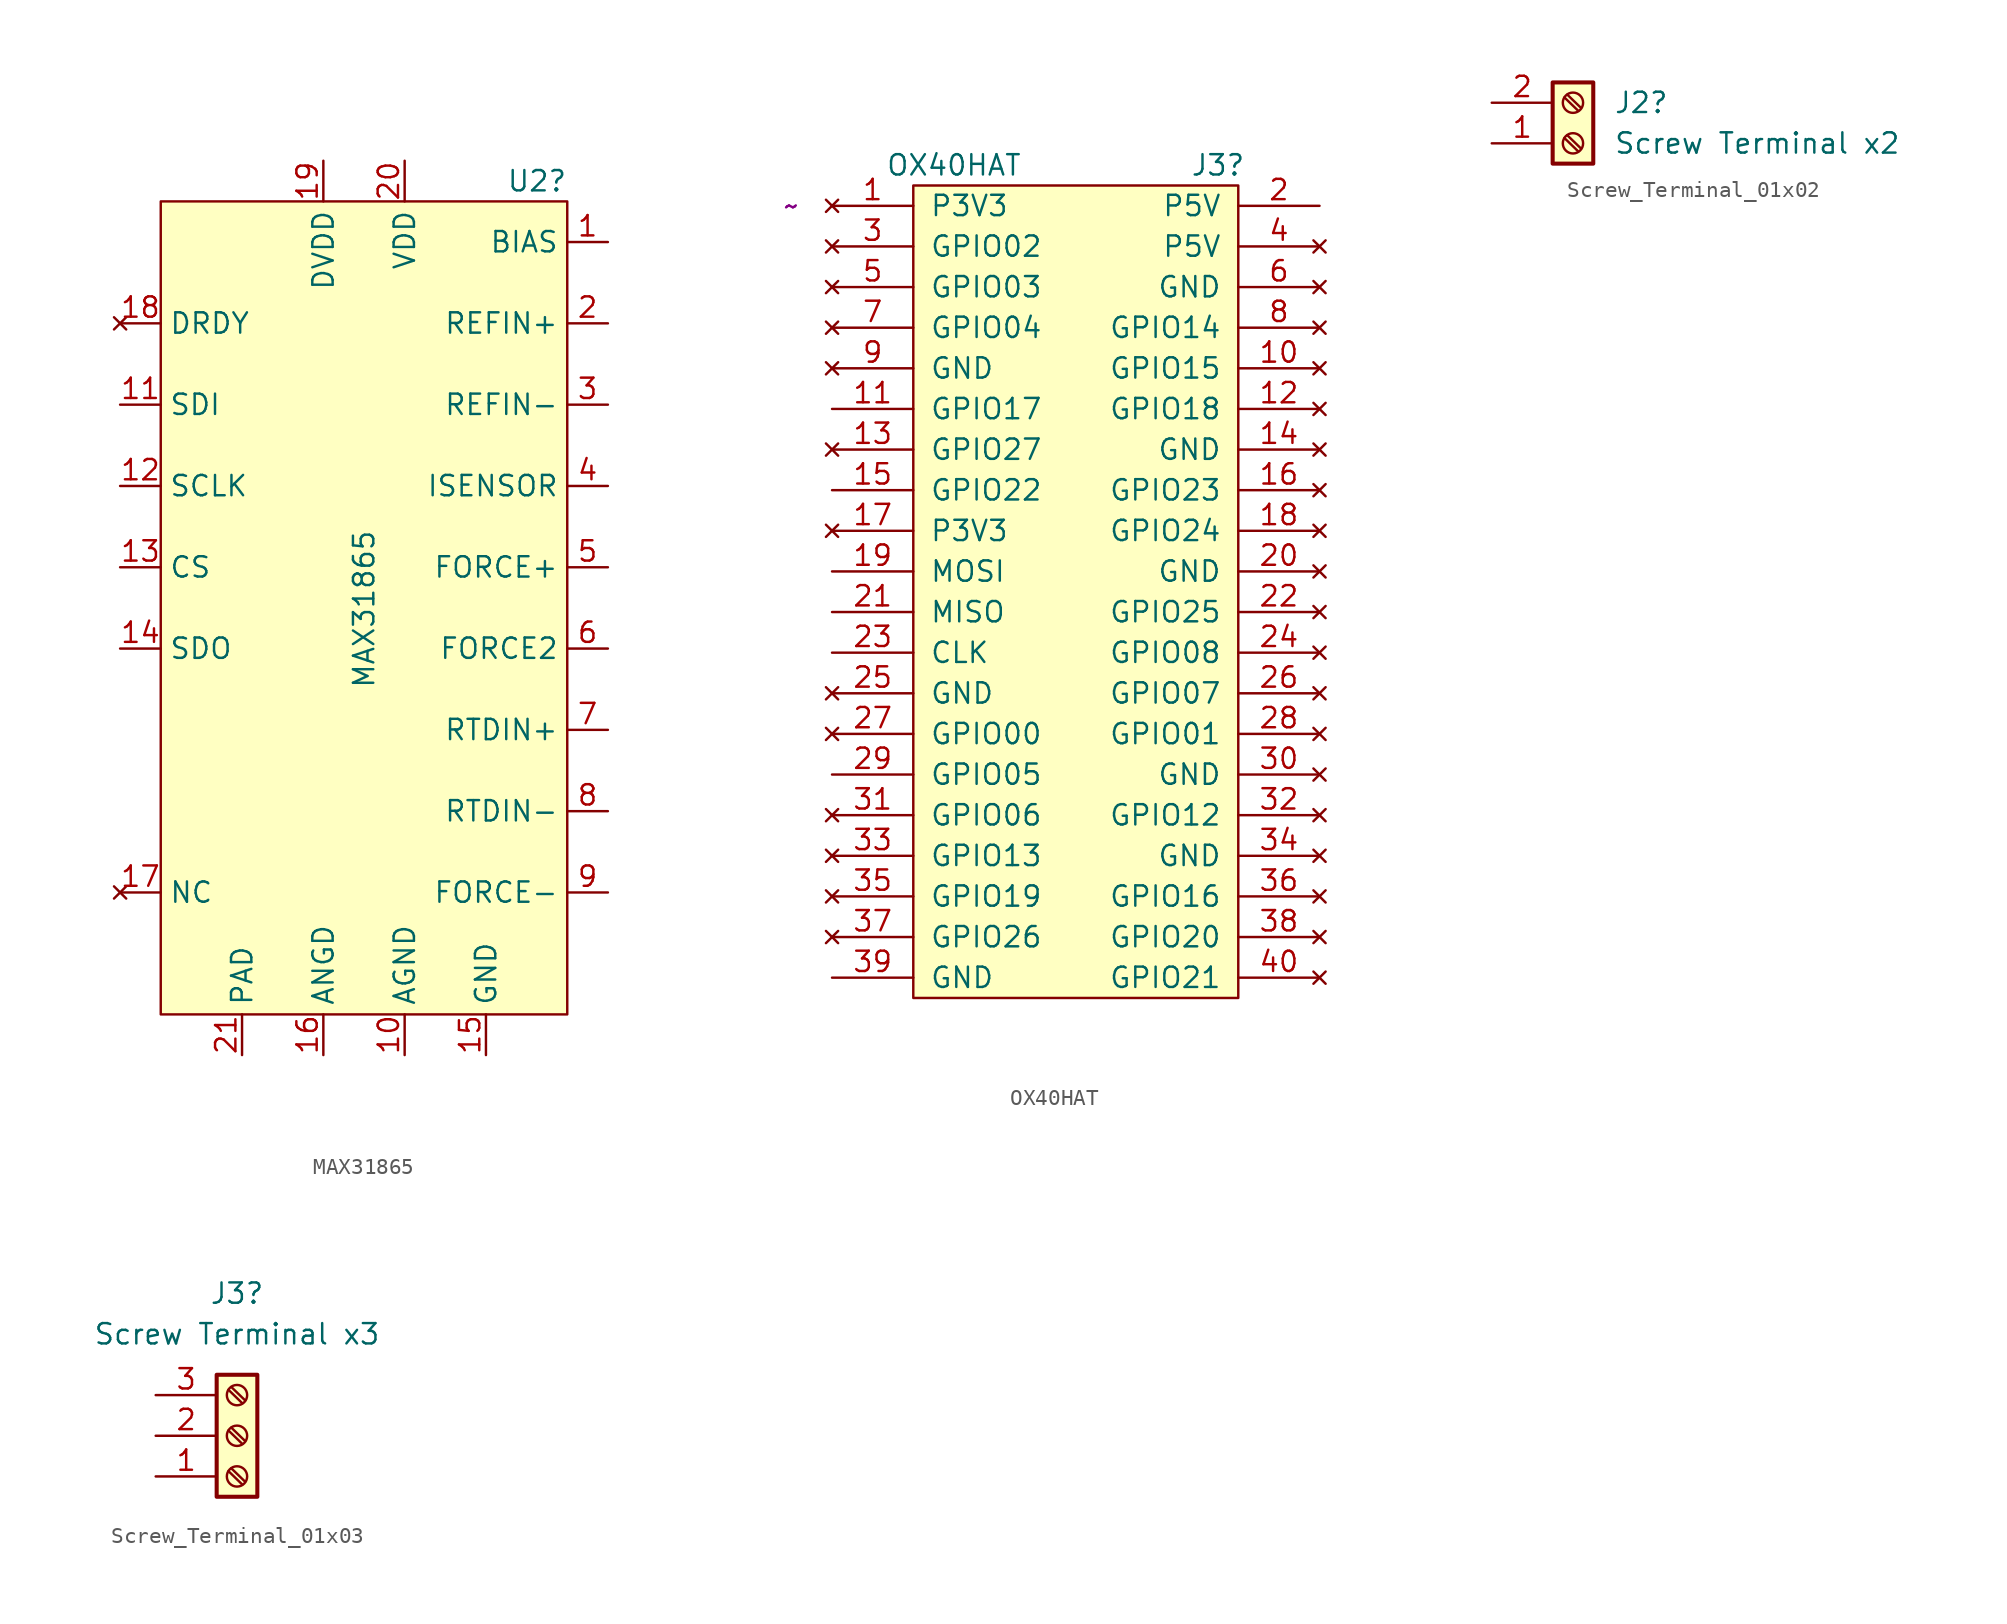
<source format=kicad_sym>
(kicad_symbol_lib
  (version 20211014)
  (generator kicad_symbol_editor)
  (symbol "MAX31865"
    (property "Reference" "U2"
      (at 8.89 26.67 0)
      (effects (font (size 1.27 1.27)) (justify left)))
    (property "Value" "MAX31865"
      (at 0 -5.08 90)
      (effects (font (size 1.27 1.27)) (justify left)))
    (symbol "MAX31865_0_1"
      (rectangle (start -12.7 25.4) (end 12.7 -25.4) (stroke (width 0) (type default) (color 0 0 0 0)) (fill (type background))))
    (symbol "MAX31865_1_1"
      (pin output line (at 15.24 22.86 180) (length 2.54) (name "BIAS" (effects (font (size 1.27 1.27)))) (number "1" (effects (font (size 1.27 1.27)))))
      (pin power_in line (at 2.54 -27.94 90) (length 2.54) (name "AGND" (effects (font (size 1.27 1.27)))) (number "10" (effects (font (size 1.27 1.27)))))
      (pin input line (at -15.24 12.7 0) (length 2.54) (name "SDI" (effects (font (size 1.27 1.27)))) (number "11" (effects (font (size 1.27 1.27)))))
      (pin input line (at -15.24 7.62 0) (length 2.54) (name "SCLK" (effects (font (size 1.27 1.27)))) (number "12" (effects (font (size 1.27 1.27)))))
      (pin input line (at -15.24 2.54 0) (length 2.54) (name "CS" (effects (font (size 1.27 1.27)))) (number "13" (effects (font (size 1.27 1.27)))))
      (pin output line (at -15.24 -2.54 0) (length 2.54) (name "SDO" (effects (font (size 1.27 1.27)))) (number "14" (effects (font (size 1.27 1.27)))))
      (pin power_in line (at 7.62 -27.94 90) (length 2.54) (name "GND" (effects (font (size 1.27 1.27)))) (number "15" (effects (font (size 1.27 1.27)))))
      (pin power_in line (at -2.54 -27.94 90) (length 2.54) (name "ANGD" (effects (font (size 1.27 1.27)))) (number "16" (effects (font (size 1.27 1.27)))))
      (pin no_connect line (at -15.24 -17.78 0) (length 2.54) (name "NC" (effects (font (size 1.27 1.27)))) (number "17" (effects (font (size 1.27 1.27)))))
      (pin no_connect line (at -15.24 17.78 0) (length 2.54) (name "DRDY" (effects (font (size 1.27 1.27)))) (number "18" (effects (font (size 1.27 1.27)))))
      (pin power_in line (at -2.54 27.94 270) (length 2.54) (name "DVDD" (effects (font (size 1.27 1.27)))) (number "19" (effects (font (size 1.27 1.27)))))
      (pin input line (at 15.24 17.78 180) (length 2.54) (name "REFIN+" (effects (font (size 1.27 1.27)))) (number "2" (effects (font (size 1.27 1.27)))))
      (pin power_in line (at 2.54 27.94 270) (length 2.54) (name "VDD" (effects (font (size 1.27 1.27)))) (number "20" (effects (font (size 1.27 1.27)))))
      (pin power_in line (at -7.62 -27.94 90) (length 2.54) (name "PAD" (effects (font (size 1.27 1.27)))) (number "21" (effects (font (size 1.27 1.27)))))
      (pin input line (at 15.24 12.7 180) (length 2.54) (name "REFIN-" (effects (font (size 1.27 1.27)))) (number "3" (effects (font (size 1.27 1.27)))))
      (pin input line (at 15.24 7.62 180) (length 2.54) (name "ISENSOR" (effects (font (size 1.27 1.27)))) (number "4" (effects (font (size 1.27 1.27)))))
      (pin input line (at 15.24 2.54 180) (length 2.54) (name "FORCE+" (effects (font (size 1.27 1.27)))) (number "5" (effects (font (size 1.27 1.27)))))
      (pin input line (at 15.24 -2.54 180) (length 2.54) (name "FORCE2" (effects (font (size 1.27 1.27)))) (number "6" (effects (font (size 1.27 1.27)))))
      (pin input line (at 15.24 -7.62 180) (length 2.54) (name "RTDIN+" (effects (font (size 1.27 1.27)))) (number "7" (effects (font (size 1.27 1.27)))))
      (pin input line (at 15.24 -12.7 180) (length 2.54) (name "RTDIN-" (effects (font (size 1.27 1.27)))) (number "8" (effects (font (size 1.27 1.27)))))
      (pin input line (at 15.24 -17.78 180) (length 2.54) (name "FORCE-" (effects (font (size 1.27 1.27)))) (number "9" (effects (font (size 1.27 1.27)))))))
  (symbol "OX40HAT"
    (pin_names
      (offset 1.016))
    (property "Reference" "J3"
      (at 8.89 2.54 0)
      (effects (font (size 1.27 1.27))))
    (property "Value" "OX40HAT"
      (at -7.62 2.54 0)
      (effects (font (size 1.27 1.27))))
    (property "Datasheet" "~"
      (at -17.78 0 0)
      (effects (font (size 1.27 1.27))))
    (symbol "OX40HAT_0_1"
      (rectangle (start -10.16 1.27) (end 10.16 -49.53) (stroke (width 0) (type default) (color 0 0 0 0)) (fill (type background))))
    (symbol "OX40HAT_1_1"
      (pin no_connect line (at -15.24 0 0) (length 5.08) (name "P3V3" (effects (font (size 1.27 1.27)))) (number "1" (effects (font (size 1.27 1.27)))))
      (pin no_connect line (at 15.24 -10.16 180) (length 5.08) (name "GPIO15" (effects (font (size 1.27 1.27)))) (number "10" (effects (font (size 1.27 1.27)))))
      (pin output line (at -15.24 -12.7 0) (length 5.08) (name "GPIO17" (effects (font (size 1.27 1.27)))) (number "11" (effects (font (size 1.27 1.27)))))
      (pin no_connect line (at 15.24 -12.7 180) (length 5.08) (name "GPIO18" (effects (font (size 1.27 1.27)))) (number "12" (effects (font (size 1.27 1.27)))))
      (pin no_connect line (at -15.24 -15.24 0) (length 5.08) (name "GPIO27" (effects (font (size 1.27 1.27)))) (number "13" (effects (font (size 1.27 1.27)))))
      (pin no_connect line (at 15.24 -15.24 180) (length 5.08) (name "GND" (effects (font (size 1.27 1.27)))) (number "14" (effects (font (size 1.27 1.27)))))
      (pin output line (at -15.24 -17.78 0) (length 5.08) (name "GPIO22" (effects (font (size 1.27 1.27)))) (number "15" (effects (font (size 1.27 1.27)))))
      (pin no_connect line (at 15.24 -17.78 180) (length 5.08) (name "GPIO23" (effects (font (size 1.27 1.27)))) (number "16" (effects (font (size 1.27 1.27)))))
      (pin no_connect line (at -15.24 -20.32 0) (length 5.08) (name "P3V3" (effects (font (size 1.27 1.27)))) (number "17" (effects (font (size 1.27 1.27)))))
      (pin no_connect line (at 15.24 -20.32 180) (length 5.08) (name "GPIO24" (effects (font (size 1.27 1.27)))) (number "18" (effects (font (size 1.27 1.27)))))
      (pin output line (at -15.24 -22.86 0) (length 5.08) (name "MOSI" (effects (font (size 1.27 1.27)))) (number "19" (effects (font (size 1.27 1.27)))))
      (pin power_out line (at 15.24 0 180) (length 5.08) (name "P5V" (effects (font (size 1.27 1.27)))) (number "2" (effects (font (size 1.27 1.27)))))
      (pin no_connect line (at 15.24 -22.86 180) (length 5.08) (name "GND" (effects (font (size 1.27 1.27)))) (number "20" (effects (font (size 1.27 1.27)))))
      (pin input line (at -15.24 -25.4 0) (length 5.08) (name "MISO" (effects (font (size 1.27 1.27)))) (number "21" (effects (font (size 1.27 1.27)))))
      (pin no_connect line (at 15.24 -25.4 180) (length 5.08) (name "GPIO25" (effects (font (size 1.27 1.27)))) (number "22" (effects (font (size 1.27 1.27)))))
      (pin output line (at -15.24 -27.94 0) (length 5.08) (name "CLK" (effects (font (size 1.27 1.27)))) (number "23" (effects (font (size 1.27 1.27)))))
      (pin no_connect line (at 15.24 -27.94 180) (length 5.08) (name "GPIO08" (effects (font (size 1.27 1.27)))) (number "24" (effects (font (size 1.27 1.27)))))
      (pin no_connect line (at -15.24 -30.48 0) (length 5.08) (name "GND" (effects (font (size 1.27 1.27)))) (number "25" (effects (font (size 1.27 1.27)))))
      (pin no_connect line (at 15.24 -30.48 180) (length 5.08) (name "GPIO07" (effects (font (size 1.27 1.27)))) (number "26" (effects (font (size 1.27 1.27)))))
      (pin no_connect line (at -15.24 -33.02 0) (length 5.08) (name "GPIO00" (effects (font (size 1.27 1.27)))) (number "27" (effects (font (size 1.27 1.27)))))
      (pin no_connect line (at 15.24 -33.02 180) (length 5.08) (name "GPIO01" (effects (font (size 1.27 1.27)))) (number "28" (effects (font (size 1.27 1.27)))))
      (pin output line (at -15.24 -35.56 0) (length 5.08) (name "GPIO05" (effects (font (size 1.27 1.27)))) (number "29" (effects (font (size 1.27 1.27)))))
      (pin no_connect line (at -15.24 -2.54 0) (length 5.08) (name "GPIO02" (effects (font (size 1.27 1.27)))) (number "3" (effects (font (size 1.27 1.27)))))
      (pin no_connect line (at 15.24 -35.56 180) (length 5.08) (name "GND" (effects (font (size 1.27 1.27)))) (number "30" (effects (font (size 1.27 1.27)))))
      (pin no_connect line (at -15.24 -38.1 0) (length 5.08) (name "GPIO06" (effects (font (size 1.27 1.27)))) (number "31" (effects (font (size 1.27 1.27)))))
      (pin no_connect line (at 15.24 -38.1 180) (length 5.08) (name "GPIO12" (effects (font (size 1.27 1.27)))) (number "32" (effects (font (size 1.27 1.27)))))
      (pin no_connect line (at -15.24 -40.64 0) (length 5.08) (name "GPIO13" (effects (font (size 1.27 1.27)))) (number "33" (effects (font (size 1.27 1.27)))))
      (pin no_connect line (at 15.24 -40.64 180) (length 5.08) (name "GND" (effects (font (size 1.27 1.27)))) (number "34" (effects (font (size 1.27 1.27)))))
      (pin no_connect line (at -15.24 -43.18 0) (length 5.08) (name "GPIO19" (effects (font (size 1.27 1.27)))) (number "35" (effects (font (size 1.27 1.27)))))
      (pin no_connect line (at 15.24 -43.18 180) (length 5.08) (name "GPIO16" (effects (font (size 1.27 1.27)))) (number "36" (effects (font (size 1.27 1.27)))))
      (pin no_connect line (at -15.24 -45.72 0) (length 5.08) (name "GPIO26" (effects (font (size 1.27 1.27)))) (number "37" (effects (font (size 1.27 1.27)))))
      (pin no_connect line (at 15.24 -45.72 180) (length 5.08) (name "GPIO20" (effects (font (size 1.27 1.27)))) (number "38" (effects (font (size 1.27 1.27)))))
      (pin power_out line (at -15.24 -48.26 0) (length 5.08) (name "GND" (effects (font (size 1.27 1.27)))) (number "39" (effects (font (size 1.27 1.27)))))
      (pin no_connect line (at 15.24 -2.54 180) (length 5.08) (name "P5V" (effects (font (size 1.27 1.27)))) (number "4" (effects (font (size 1.27 1.27)))))
      (pin no_connect line (at 15.24 -48.26 180) (length 5.08) (name "GPIO21" (effects (font (size 1.27 1.27)))) (number "40" (effects (font (size 1.27 1.27)))))
      (pin no_connect line (at -15.24 -5.08 0) (length 5.08) (name "GPIO03" (effects (font (size 1.27 1.27)))) (number "5" (effects (font (size 1.27 1.27)))))
      (pin no_connect line (at 15.24 -5.08 180) (length 5.08) (name "GND" (effects (font (size 1.27 1.27)))) (number "6" (effects (font (size 1.27 1.27)))))
      (pin no_connect line (at -15.24 -7.62 0) (length 5.08) (name "GPIO04" (effects (font (size 1.27 1.27)))) (number "7" (effects (font (size 1.27 1.27)))))
      (pin no_connect line (at 15.24 -7.62 180) (length 5.08) (name "GPIO14" (effects (font (size 1.27 1.27)))) (number "8" (effects (font (size 1.27 1.27)))))
      (pin no_connect line (at -15.24 -10.16 0) (length 5.08) (name "GND" (effects (font (size 1.27 1.27)))) (number "9" (effects (font (size 1.27 1.27)))))))
  (symbol "Screw_Terminal_01x02"
    (pin_names
      (offset 1.016) hide)
    (property "Reference" "J2"
      (at 2.54 0.0001 0)
      (effects (font (size 1.27 1.27)) (justify left)))
    (property "Value" "Screw Terminal x2"
      (at 2.54 -2.54 0)
      (effects (font (size 1.27 1.27)) (justify left)))
    (symbol "Screw_Terminal_01x02_1_1"
      (rectangle (start -1.27 1.27) (end 1.27 -3.81) (stroke (width 0.254) (type default) (color 0 0 0 0)) (fill (type background)))
      (circle (center 0 -2.54) (radius 0.635) (stroke (width 0.152) (type default) (color 0 0 0 0)) (fill (type none)))
      (polyline (pts (xy -0.533 -2.21) (xy 0.33 -3.048)) (stroke (width 0.152) (type default) (color 0 0 0 0)) (fill (type none)))
      (polyline (pts (xy -0.533 0.33) (xy 0.33 -0.508)) (stroke (width 0.152) (type default) (color 0 0 0 0)) (fill (type none)))
      (polyline (pts (xy -0.356 -2.032) (xy 0.508 -2.87)) (stroke (width 0.152) (type default) (color 0 0 0 0)) (fill (type none)))
      (polyline (pts (xy -0.356 0.508) (xy 0.508 -0.33)) (stroke (width 0.152) (type default) (color 0 0 0 0)) (fill (type none)))
      (circle (center 0 0) (radius 0.635) (stroke (width 0.152) (type default) (color 0 0 0 0)) (fill (type none)))
      (pin passive line (at -5.08 -2.54 0) (length 3.81) (name "Pin_1" (effects (font (size 1.27 1.27)))) (number "1" (effects (font (size 1.27 1.27)))))
      (pin passive line (at -5.08 0 0) (length 3.81) (name "Pin_2" (effects (font (size 1.27 1.27)))) (number "2" (effects (font (size 1.27 1.27)))))))
  (symbol "Screw_Terminal_01x03"
    (pin_names
      (offset 1.016) hide)
    (property "Reference" "J3"
      (at 0 8.89 0)
      (effects (font (size 1.27 1.27))))
    (property "Value" "Screw Terminal x3"
      (at 0 6.35 0)
      (effects (font (size 1.27 1.27))))
    (symbol "Screw_Terminal_01x03_1_1"
      (rectangle (start -1.27 3.81) (end 1.27 -3.81) (stroke (width 0.254) (type default) (color 0 0 0 0)) (fill (type background)))
      (circle (center 0 -2.54) (radius 0.635) (stroke (width 0.152) (type default) (color 0 0 0 0)) (fill (type none)))
      (polyline (pts (xy -0.533 -2.21) (xy 0.33 -3.048)) (stroke (width 0.152) (type default) (color 0 0 0 0)) (fill (type none)))
      (polyline (pts (xy -0.533 0.33) (xy 0.33 -0.508)) (stroke (width 0.152) (type default) (color 0 0 0 0)) (fill (type none)))
      (polyline (pts (xy -0.533 2.87) (xy 0.33 2.032)) (stroke (width 0.152) (type default) (color 0 0 0 0)) (fill (type none)))
      (polyline (pts (xy -0.356 -2.032) (xy 0.508 -2.87)) (stroke (width 0.152) (type default) (color 0 0 0 0)) (fill (type none)))
      (polyline (pts (xy -0.356 0.508) (xy 0.508 -0.33)) (stroke (width 0.152) (type default) (color 0 0 0 0)) (fill (type none)))
      (polyline (pts (xy -0.356 3.048) (xy 0.508 2.21)) (stroke (width 0.152) (type default) (color 0 0 0 0)) (fill (type none)))
      (circle (center 0 0) (radius 0.635) (stroke (width 0.152) (type default) (color 0 0 0 0)) (fill (type none)))
      (circle (center 0 2.54) (radius 0.635) (stroke (width 0.152) (type default) (color 0 0 0 0)) (fill (type none)))
      (pin passive line (at -5.08 -2.54 0) (length 3.81) (name "Pin_1" (effects (font (size 1.27 1.27)))) (number "1" (effects (font (size 1.27 1.27)))))
      (pin passive line (at -5.08 0 0) (length 3.81) (name "Pin_2" (effects (font (size 1.27 1.27)))) (number "2" (effects (font (size 1.27 1.27)))))
      (pin passive line (at -5.08 2.54 0) (length 3.81) (name "Pin_3" (effects (font (size 1.27 1.27)))) (number "3" (effects (font (size 1.27 1.27))))))))
</source>
